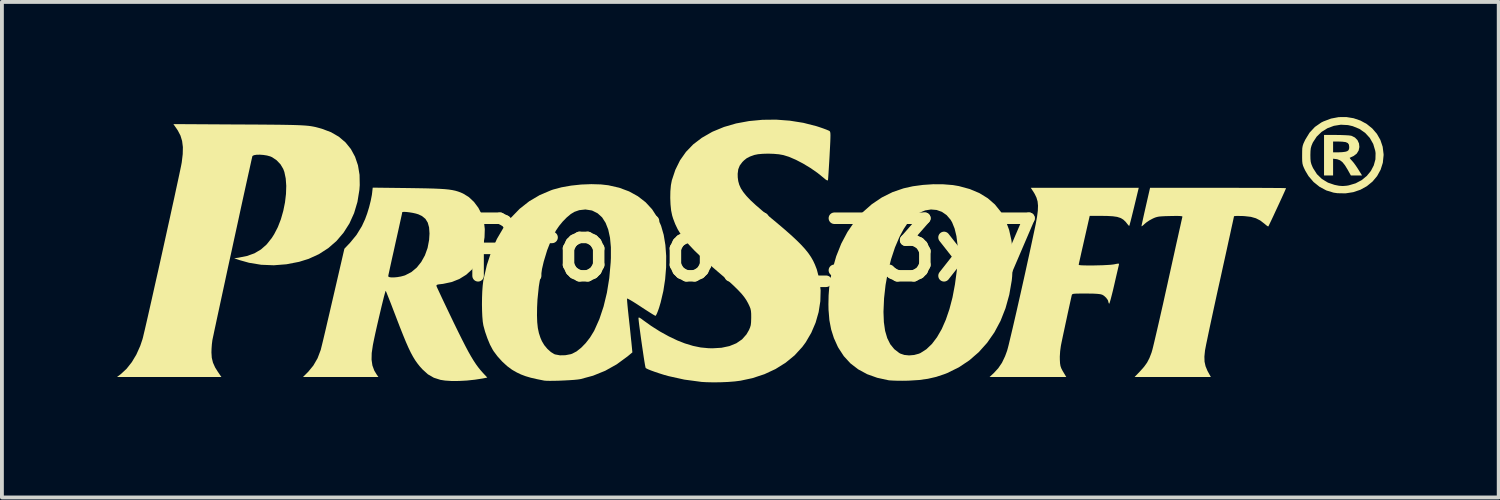
<source format=kicad_pcb>
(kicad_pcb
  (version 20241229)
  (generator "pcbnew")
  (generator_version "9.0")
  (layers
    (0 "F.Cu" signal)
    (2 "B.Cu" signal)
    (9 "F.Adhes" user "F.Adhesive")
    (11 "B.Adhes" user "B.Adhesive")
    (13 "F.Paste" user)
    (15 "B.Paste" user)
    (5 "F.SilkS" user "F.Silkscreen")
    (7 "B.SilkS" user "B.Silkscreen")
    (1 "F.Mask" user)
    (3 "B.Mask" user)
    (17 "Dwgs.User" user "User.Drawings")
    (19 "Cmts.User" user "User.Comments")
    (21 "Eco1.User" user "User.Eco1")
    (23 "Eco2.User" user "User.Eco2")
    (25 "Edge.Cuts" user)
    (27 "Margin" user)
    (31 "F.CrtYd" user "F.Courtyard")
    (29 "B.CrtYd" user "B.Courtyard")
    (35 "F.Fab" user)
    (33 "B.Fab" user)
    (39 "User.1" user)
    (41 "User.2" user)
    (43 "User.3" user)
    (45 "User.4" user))
  (footprint "ProSoft_33x7"
    (layer "F.Cu")
    (at 16.516 3.459)
    (property "Reference" "ProSoft_33x7" (at 0 0 0) (layer "F.SilkS") (effects (font (size 1.5 1.5) (thickness 0.3))))
    (attr exclude_from_pos_files exclude_from_bom allow_missing_courtyard)
    (fp_rect (start -0.1 -0.1) (end 0.1 0.1) (stroke (width 0.15) (type default)) (fill no) (layer "F.SilkS"))
    (fp_poly (pts (xy 15.256 -2.992) (xy 15.376 -2.99) (xy 15.486 -2.986) (xy 15.577 -2.981) (xy 15.638 -2.973) (xy 15.65 -2.971) (xy 15.744 -2.925) (xy 15.811 -2.856) (xy 15.85 -2.77) (xy 15.86 -2.678) (xy 15.841 -2.587) (xy 15.791 -2.506) (xy 15.71 -2.444) (xy 15.698 -2.438) (xy 15.645 -2.414) (xy 15.612 -2.398) (xy 15.608 -2.396) (xy 15.616 -2.378) (xy 15.647 -2.341) (xy 15.667 -2.32) (xy 15.712 -2.267) (xy 15.767 -2.192) (xy 15.822 -2.109) (xy 15.832 -2.093) (xy 15.929 -1.937) (xy 15.783 -1.937) (xy 15.638 -1.937) (xy 15.554 -2.088) (xy 15.484 -2.202) (xy 15.42 -2.282) (xy 15.357 -2.331) (xy 15.289 -2.357) (xy 15.264 -2.362) (xy 15.175 -2.373) (xy 15.175 -2.155) (xy 15.175 -1.937) (xy 15.057 -1.937) (xy 14.939 -1.937) (xy 14.939 -2.465) (xy 14.939 -2.82) (xy 15.175 -2.82) (xy 15.175 -2.68) (xy 15.175 -2.54) (xy 15.331 -2.54) (xy 15.417 -2.544) (xy 15.493 -2.554) (xy 15.541 -2.568) (xy 15.541 -2.568) (xy 15.578 -2.596) (xy 15.593 -2.639) (xy 15.595 -2.68) (xy 15.587 -2.74) (xy 15.558 -2.781) (xy 15.502 -2.806) (xy 15.413 -2.817) (xy 15.331 -2.82) (xy 15.175 -2.82) (xy 14.939 -2.82) (xy 14.939 -2.992)) (stroke (width 0) (type solid)) (fill yes) (layer "F.SilkS"))
    (fp_poly (pts (xy 15.709 -3.428) (xy 15.888 -3.367) (xy 16.051 -3.278) (xy 16.195 -3.162) (xy 16.315 -3.023) (xy 16.407 -2.863) (xy 16.467 -2.684) (xy 16.491 -2.488) (xy 16.491 -2.465) (xy 16.471 -2.267) (xy 16.413 -2.085) (xy 16.322 -1.92) (xy 16.202 -1.777) (xy 16.055 -1.657) (xy 15.887 -1.564) (xy 15.7 -1.501) (xy 15.499 -1.47) (xy 15.288 -1.474) (xy 15.186 -1.489) (xy 14.999 -1.546) (xy 14.823 -1.64) (xy 14.666 -1.766) (xy 14.534 -1.92) (xy 14.451 -2.059) (xy 14.415 -2.134) (xy 14.391 -2.192) (xy 14.377 -2.247) (xy 14.37 -2.311) (xy 14.368 -2.397) (xy 14.368 -2.464) (xy 14.583 -2.464) (xy 14.585 -2.366) (xy 14.592 -2.294) (xy 14.608 -2.232) (xy 14.635 -2.166) (xy 14.654 -2.126) (xy 14.754 -1.97) (xy 14.884 -1.844) (xy 15.042 -1.749) (xy 15.213 -1.691) (xy 15.329 -1.668) (xy 15.426 -1.661) (xy 15.528 -1.669) (xy 15.585 -1.679) (xy 15.761 -1.731) (xy 15.918 -1.814) (xy 16.052 -1.923) (xy 16.159 -2.053) (xy 16.235 -2.199) (xy 16.278 -2.356) (xy 16.282 -2.519) (xy 16.274 -2.577) (xy 16.221 -2.757) (xy 16.132 -2.914) (xy 16.011 -3.046) (xy 15.861 -3.15) (xy 15.686 -3.221) (xy 15.563 -3.249) (xy 15.377 -3.259) (xy 15.196 -3.23) (xy 15.027 -3.167) (xy 14.875 -3.072) (xy 14.748 -2.949) (xy 14.65 -2.8) (xy 14.641 -2.782) (xy 14.612 -2.712) (xy 14.594 -2.648) (xy 14.586 -2.574) (xy 14.583 -2.474) (xy 14.583 -2.464) (xy 14.368 -2.464) (xy 14.368 -2.465) (xy 14.369 -2.571) (xy 14.372 -2.646) (xy 14.382 -2.705) (xy 14.399 -2.76) (xy 14.428 -2.823) (xy 14.451 -2.871) (xy 14.562 -3.052) (xy 14.701 -3.201) (xy 14.868 -3.317) (xy 14.922 -3.344) (xy 15.121 -3.419) (xy 15.322 -3.457) (xy 15.519 -3.459)) (stroke (width 0) (type solid)) (fill yes) (layer "F.SilkS"))
    (fp_poly (pts (xy 5.019 -1.706) (xy 5.267 -1.686) (xy 5.424 -1.659) (xy 5.707 -1.582) (xy 5.957 -1.477) (xy 6.175 -1.343) (xy 6.361 -1.181) (xy 6.516 -0.989) (xy 6.639 -0.768) (xy 6.732 -0.517) (xy 6.792 -0.248) (xy 6.806 -0.127) (xy 6.816 0.024) (xy 6.822 0.194) (xy 6.823 0.371) (xy 6.819 0.543) (xy 6.811 0.698) (xy 6.801 0.797) (xy 6.736 1.172) (xy 6.638 1.524) (xy 6.509 1.852) (xy 6.348 2.153) (xy 6.158 2.426) (xy 5.939 2.67) (xy 5.693 2.883) (xy 5.421 3.064) (xy 5.123 3.211) (xy 5.038 3.244) (xy 4.83 3.313) (xy 4.617 3.362) (xy 4.388 3.394) (xy 4.132 3.41) (xy 4.079 3.412) (xy 3.947 3.414) (xy 3.819 3.413) (xy 3.707 3.409) (xy 3.621 3.404) (xy 3.586 3.4) (xy 3.294 3.336) (xy 3.031 3.242) (xy 2.799 3.116) (xy 2.596 2.96) (xy 2.424 2.772) (xy 2.282 2.554) (xy 2.263 2.518) (xy 2.165 2.3) (xy 2.094 2.076) (xy 2.048 1.836) (xy 2.031 1.625) (xy 3.458 1.625) (xy 3.468 1.886) (xy 3.5 2.112) (xy 3.556 2.303) (xy 3.635 2.462) (xy 3.739 2.59) (xy 3.867 2.689) (xy 3.9 2.707) (xy 4.002 2.741) (xy 4.125 2.753) (xy 4.256 2.742) (xy 4.379 2.709) (xy 4.42 2.692) (xy 4.575 2.593) (xy 4.72 2.455) (xy 4.853 2.279) (xy 4.975 2.068) (xy 5.083 1.822) (xy 5.177 1.546) (xy 5.257 1.24) (xy 5.32 0.906) (xy 5.368 0.548) (xy 5.383 0.381) (xy 5.395 0.115) (xy 5.387 -0.132) (xy 5.359 -0.356) (xy 5.312 -0.551) (xy 5.247 -0.713) (xy 5.207 -0.782) (xy 5.104 -0.902) (xy 4.981 -0.988) (xy 4.843 -1.037) (xy 4.696 -1.05) (xy 4.546 -1.026) (xy 4.397 -0.965) (xy 4.266 -0.875) (xy 4.163 -0.779) (xy 4.072 -0.672) (xy 3.986 -0.543) (xy 3.9 -0.385) (xy 3.874 -0.334) (xy 3.757 -0.06) (xy 3.656 0.246) (xy 3.574 0.574) (xy 3.512 0.917) (xy 3.473 1.265) (xy 3.458 1.61) (xy 3.458 1.625) (xy 2.031 1.625) (xy 2.026 1.572) (xy 2.023 1.42) (xy 2.028 1.187) (xy 2.044 0.978) (xy 2.073 0.775) (xy 2.116 0.561) (xy 2.124 0.527) (xy 2.226 0.17) (xy 2.358 -0.161) (xy 2.519 -0.464) (xy 2.706 -0.737) (xy 2.918 -0.979) (xy 3.155 -1.188) (xy 3.415 -1.363) (xy 3.696 -1.503) (xy 3.982 -1.601) (xy 4.224 -1.655) (xy 4.486 -1.69) (xy 4.755 -1.708)) (stroke (width 0) (type solid)) (fill yes) (layer "F.SilkS"))
    (fp_poly (pts (xy 12.449 -1.614) (xy 12.708 -1.614) (xy 12.951 -1.613) (xy 13.176 -1.613) (xy 13.378 -1.612) (xy 13.554 -1.611) (xy 13.702 -1.61) (xy 13.818 -1.609) (xy 13.899 -1.607) (xy 13.942 -1.606) (xy 13.948 -1.605) (xy 13.94 -1.583) (xy 13.916 -1.528) (xy 13.88 -1.448) (xy 13.834 -1.347) (xy 13.782 -1.234) (xy 13.726 -1.113) (xy 13.67 -0.993) (xy 13.617 -0.878) (xy 13.569 -0.776) (xy 13.529 -0.693) (xy 13.501 -0.635) (xy 13.488 -0.609) (xy 13.487 -0.608) (xy 13.467 -0.615) (xy 13.425 -0.645) (xy 13.387 -0.678) (xy 13.278 -0.762) (xy 13.163 -0.821) (xy 13.032 -0.858) (xy 12.873 -0.876) (xy 12.824 -0.879) (xy 12.73 -0.881) (xy 12.654 -0.881) (xy 12.606 -0.877) (xy 12.592 -0.873) (xy 12.588 -0.85) (xy 12.575 -0.789) (xy 12.554 -0.692) (xy 12.525 -0.562) (xy 12.491 -0.403) (xy 12.45 -0.219) (xy 12.405 -0.011) (xy 12.355 0.216) (xy 12.301 0.459) (xy 12.245 0.716) (xy 12.228 0.792) (xy 12.169 1.057) (xy 12.113 1.313) (xy 12.06 1.557) (xy 12.011 1.785) (xy 11.966 1.994) (xy 11.927 2.179) (xy 11.894 2.338) (xy 11.867 2.466) (xy 11.849 2.561) (xy 11.838 2.617) (xy 11.837 2.623) (xy 11.821 2.784) (xy 11.825 2.917) (xy 11.851 3.035) (xy 11.899 3.151) (xy 11.912 3.176) (xy 11.989 3.315) (xy 10.996 3.315) (xy 10.002 3.315) (xy 10.142 3.17) (xy 10.248 3.051) (xy 10.327 2.941) (xy 10.389 2.822) (xy 10.444 2.679) (xy 10.45 2.658) (xy 10.464 2.61) (xy 10.486 2.523) (xy 10.515 2.402) (xy 10.551 2.249) (xy 10.593 2.069) (xy 10.64 1.865) (xy 10.691 1.64) (xy 10.746 1.399) (xy 10.802 1.145) (xy 10.861 0.881) (xy 10.872 0.829) (xy 10.93 0.568) (xy 10.985 0.319) (xy 11.037 0.085) (xy 11.084 -0.13) (xy 11.128 -0.324) (xy 11.165 -0.492) (xy 11.197 -0.633) (xy 11.221 -0.743) (xy 11.238 -0.817) (xy 11.247 -0.854) (xy 11.248 -0.858) (xy 11.245 -0.869) (xy 11.222 -0.876) (xy 11.175 -0.88) (xy 11.097 -0.882) (xy 10.984 -0.88) (xy 10.93 -0.879) (xy 10.801 -0.876) (xy 10.707 -0.871) (xy 10.637 -0.865) (xy 10.583 -0.854) (xy 10.535 -0.839) (xy 10.484 -0.817) (xy 10.472 -0.811) (xy 10.388 -0.766) (xy 10.307 -0.711) (xy 10.262 -0.673) (xy 10.218 -0.633) (xy 10.188 -0.613) (xy 10.182 -0.614) (xy 10.186 -0.64) (xy 10.199 -0.702) (xy 10.219 -0.794) (xy 10.244 -0.909) (xy 10.274 -1.041) (xy 10.293 -1.125) (xy 10.405 -1.614) (xy 12.177 -1.614)) (stroke (width 0) (type solid)) (fill yes) (layer "F.SilkS"))
    (fp_poly (pts (xy 9.992 -1.125) (xy 9.958 -0.986) (xy 9.927 -0.861) (xy 9.901 -0.757) (xy 9.88 -0.679) (xy 9.868 -0.634) (xy 9.864 -0.624) (xy 9.847 -0.631) (xy 9.825 -0.657) (xy 9.766 -0.731) (xy 9.705 -0.788) (xy 9.634 -0.829) (xy 9.546 -0.857) (xy 9.434 -0.873) (xy 9.292 -0.881) (xy 9.159 -0.883) (xy 8.832 -0.883) (xy 8.689 -0.253) (xy 8.653 -0.094) (xy 8.62 0.051) (xy 8.592 0.177) (xy 8.569 0.279) (xy 8.553 0.351) (xy 8.546 0.389) (xy 8.545 0.393) (xy 8.566 0.4) (xy 8.622 0.405) (xy 8.706 0.408) (xy 8.81 0.409) (xy 8.927 0.409) (xy 9.05 0.406) (xy 9.171 0.403) (xy 9.283 0.397) (xy 9.378 0.391) (xy 9.448 0.383) (xy 9.467 0.38) (xy 9.541 0.365) (xy 9.58 0.36) (xy 9.595 0.367) (xy 9.594 0.386) (xy 9.592 0.396) (xy 9.584 0.429) (xy 9.568 0.498) (xy 9.545 0.596) (xy 9.517 0.716) (xy 9.486 0.851) (xy 9.468 0.93) (xy 9.436 1.067) (xy 9.405 1.189) (xy 9.379 1.289) (xy 9.358 1.362) (xy 9.343 1.402) (xy 9.338 1.408) (xy 9.322 1.379) (xy 9.321 1.364) (xy 9.304 1.31) (xy 9.26 1.25) (xy 9.203 1.198) (xy 9.157 1.171) (xy 9.109 1.158) (xy 9.034 1.149) (xy 8.926 1.143) (xy 8.782 1.141) (xy 8.73 1.141) (xy 8.599 1.141) (xy 8.504 1.142) (xy 8.44 1.145) (xy 8.401 1.15) (xy 8.379 1.159) (xy 8.368 1.172) (xy 8.363 1.189) (xy 8.347 1.261) (xy 8.324 1.365) (xy 8.296 1.493) (xy 8.264 1.638) (xy 8.231 1.793) (xy 8.197 1.95) (xy 8.165 2.101) (xy 8.135 2.24) (xy 8.11 2.36) (xy 8.091 2.451) (xy 8.08 2.508) (xy 8.062 2.641) (xy 8.053 2.785) (xy 8.054 2.864) (xy 8.059 2.959) (xy 8.07 3.028) (xy 8.09 3.086) (xy 8.123 3.151) (xy 8.141 3.181) (xy 8.221 3.315) (xy 7.222 3.315) (xy 6.223 3.315) (xy 6.333 3.213) (xy 6.449 3.087) (xy 6.546 2.944) (xy 6.627 2.774) (xy 6.679 2.633) (xy 6.694 2.579) (xy 6.718 2.488) (xy 6.748 2.362) (xy 6.785 2.207) (xy 6.828 2.026) (xy 6.875 1.823) (xy 6.926 1.602) (xy 6.979 1.368) (xy 7.034 1.125) (xy 7.09 0.875) (xy 7.146 0.625) (xy 7.2 0.377) (xy 7.253 0.136) (xy 7.303 -0.095) (xy 7.349 -0.31) (xy 7.391 -0.507) (xy 7.425 -0.669) (xy 7.46 -0.86) (xy 7.48 -1.017) (xy 7.485 -1.148) (xy 7.474 -1.26) (xy 7.445 -1.359) (xy 7.4 -1.453) (xy 7.371 -1.501) (xy 7.297 -1.614) (xy 8.703 -1.614) (xy 10.11 -1.614)) (stroke (width 0) (type solid)) (fill yes) (layer "F.SilkS"))
    (fp_poly (pts (xy -13.341 -3.265) (xy -13.02 -3.264) (xy -12.738 -3.262) (xy -12.494 -3.26) (xy -12.282 -3.258) (xy -12.101 -3.255) (xy -11.947 -3.252) (xy -11.816 -3.248) (xy -11.705 -3.243) (xy -11.611 -3.237) (xy -11.531 -3.23) (xy -11.462 -3.221) (xy -11.4 -3.21) (xy -11.342 -3.198) (xy -11.285 -3.183) (xy -11.226 -3.167) (xy -11.174 -3.152) (xy -10.94 -3.064) (xy -10.736 -2.946) (xy -10.563 -2.799) (xy -10.422 -2.625) (xy -10.313 -2.424) (xy -10.237 -2.2) (xy -10.196 -1.953) (xy -10.191 -1.686) (xy -10.2 -1.561) (xy -10.251 -1.247) (xy -10.338 -0.955) (xy -10.459 -0.687) (xy -10.613 -0.445) (xy -10.797 -0.229) (xy -11.012 -0.042) (xy -11.254 0.114) (xy -11.523 0.237) (xy -11.77 0.314) (xy -12.1 0.378) (xy -12.431 0.404) (xy -12.759 0.391) (xy -13.076 0.339) (xy -13.315 0.272) (xy -13.464 0.222) (xy -13.357 0.207) (xy -13.129 0.162) (xy -12.934 0.092) (xy -12.765 -0.008) (xy -12.616 -0.14) (xy -12.482 -0.309) (xy -12.42 -0.407) (xy -12.325 -0.591) (xy -12.246 -0.795) (xy -12.184 -1.012) (xy -12.139 -1.234) (xy -12.113 -1.454) (xy -12.106 -1.665) (xy -12.12 -1.858) (xy -12.155 -2.026) (xy -12.185 -2.107) (xy -12.257 -2.228) (xy -12.358 -2.333) (xy -12.475 -2.412) (xy -12.523 -2.433) (xy -12.606 -2.456) (xy -12.7 -2.471) (xy -12.795 -2.478) (xy -12.881 -2.476) (xy -12.947 -2.465) (xy -12.985 -2.445) (xy -12.989 -2.438) (xy -12.996 -2.408) (xy -13.012 -2.339) (xy -13.035 -2.235) (xy -13.065 -2.098) (xy -13.102 -1.933) (xy -13.144 -1.742) (xy -13.191 -1.529) (xy -13.242 -1.297) (xy -13.296 -1.049) (xy -13.352 -0.789) (xy -13.411 -0.519) (xy -13.471 -0.244) (xy -13.531 0.034) (xy -13.592 0.311) (xy -13.651 0.583) (xy -13.708 0.849) (xy -13.763 1.103) (xy -13.815 1.344) (xy -13.863 1.567) (xy -13.907 1.77) (xy -13.945 1.949) (xy -13.978 2.101) (xy -14.003 2.222) (xy -14.022 2.309) (xy -14.032 2.359) (xy -14.033 2.368) (xy -14.045 2.464) (xy -14.053 2.578) (xy -14.056 2.674) (xy -14.047 2.815) (xy -14.016 2.942) (xy -13.96 3.067) (xy -13.886 3.185) (xy -13.797 3.315) (xy -15.157 3.315) (xy -16.516 3.315) (xy -16.415 3.238) (xy -16.268 3.102) (xy -16.132 2.93) (xy -16.012 2.73) (xy -15.912 2.507) (xy -15.854 2.335) (xy -15.84 2.284) (xy -15.819 2.194) (xy -15.789 2.069) (xy -15.753 1.913) (xy -15.711 1.73) (xy -15.664 1.522) (xy -15.612 1.293) (xy -15.557 1.047) (xy -15.499 0.788) (xy -15.438 0.519) (xy -15.377 0.244) (xy -15.315 -0.035) (xy -15.254 -0.312) (xy -15.194 -0.585) (xy -15.135 -0.85) (xy -15.08 -1.104) (xy -15.027 -1.343) (xy -14.98 -1.563) (xy -14.937 -1.761) (xy -14.9 -1.933) (xy -14.87 -2.075) (xy -14.847 -2.185) (xy -14.833 -2.259) (xy -14.829 -2.282) (xy -14.804 -2.494) (xy -14.8 -2.676) (xy -14.82 -2.834) (xy -14.863 -2.976) (xy -14.932 -3.108) (xy -14.962 -3.153) (xy -15.047 -3.275)) (stroke (width 0) (type solid)) (fill yes) (layer "F.SilkS"))
    (fp_poly (pts (xy -3.907 -1.703) (xy -3.713 -1.681) (xy -3.43 -1.617) (xy -3.172 -1.521) (xy -2.943 -1.395) (xy -2.742 -1.239) (xy -2.572 -1.055) (xy -2.435 -0.843) (xy -2.338 -0.626) (xy -2.27 -0.39) (xy -2.226 -0.125) (xy -2.205 0.161) (xy -2.207 0.461) (xy -2.232 0.768) (xy -2.279 1.074) (xy -2.349 1.372) (xy -2.391 1.514) (xy -2.422 1.601) (xy -2.45 1.67) (xy -2.473 1.712) (xy -2.483 1.722) (xy -2.508 1.71) (xy -2.563 1.678) (xy -2.641 1.629) (xy -2.738 1.567) (xy -2.847 1.496) (xy -2.863 1.485) (xy -2.972 1.414) (xy -3.067 1.354) (xy -3.145 1.308) (xy -3.199 1.279) (xy -3.224 1.27) (xy -3.225 1.271) (xy -3.225 1.298) (xy -3.221 1.361) (xy -3.213 1.452) (xy -3.202 1.566) (xy -3.188 1.695) (xy -3.187 1.706) (xy -3.17 1.86) (xy -3.152 2.022) (xy -3.136 2.179) (xy -3.122 2.318) (xy -3.113 2.397) (xy -3.086 2.674) (xy -3.212 2.779) (xy -3.493 2.985) (xy -3.793 3.153) (xy -4.111 3.282) (xy -4.442 3.371) (xy -4.51 3.381) (xy -4.609 3.391) (xy -4.73 3.399) (xy -4.862 3.406) (xy -4.997 3.412) (xy -5.126 3.415) (xy -5.24 3.416) (xy -5.328 3.414) (xy -5.381 3.41) (xy -5.576 3.371) (xy -5.736 3.334) (xy -5.871 3.294) (xy -5.988 3.25) (xy -6.097 3.198) (xy -6.206 3.136) (xy -6.228 3.122) (xy -6.352 3.03) (xy -6.481 2.911) (xy -6.601 2.778) (xy -6.702 2.643) (xy -6.724 2.608) (xy -6.795 2.475) (xy -6.863 2.312) (xy -6.924 2.137) (xy -6.969 1.972) (xy -6.985 1.874) (xy -6.996 1.744) (xy -6.998 1.709) (xy -5.572 1.709) (xy -5.566 1.887) (xy -5.55 2.039) (xy -5.522 2.172) (xy -5.482 2.294) (xy -5.444 2.382) (xy -5.382 2.486) (xy -5.3 2.584) (xy -5.21 2.665) (xy -5.122 2.719) (xy -5.098 2.728) (xy -4.973 2.751) (xy -4.833 2.748) (xy -4.695 2.722) (xy -4.656 2.709) (xy -4.541 2.649) (xy -4.421 2.554) (xy -4.302 2.432) (xy -4.19 2.288) (xy -4.093 2.13) (xy -4.076 2.099) (xy -3.945 1.805) (xy -3.836 1.477) (xy -3.75 1.121) (xy -3.688 0.739) (xy -3.652 0.336) (xy -3.646 0.215) (xy -3.646 -0.066) (xy -3.669 -0.313) (xy -3.715 -0.526) (xy -3.784 -0.702) (xy -3.875 -0.844) (xy -3.99 -0.949) (xy -4.126 -1.018) (xy -4.152 -1.026) (xy -4.311 -1.05) (xy -4.471 -1.032) (xy -4.597 -0.988) (xy -4.691 -0.931) (xy -4.795 -0.844) (xy -4.9 -0.737) (xy -4.997 -0.619) (xy -5.078 -0.5) (xy -5.081 -0.495) (xy -5.2 -0.26) (xy -5.306 0.01) (xy -5.396 0.307) (xy -5.47 0.625) (xy -5.524 0.956) (xy -5.559 1.295) (xy -5.569 1.497) (xy -5.572 1.709) (xy -6.998 1.709) (xy -7.003 1.59) (xy -7.006 1.423) (xy -7.004 1.252) (xy -6.998 1.087) (xy -6.987 0.937) (xy -6.972 0.813) (xy -6.967 0.786) (xy -6.879 0.4) (xy -6.762 0.045) (xy -6.617 -0.281) (xy -6.445 -0.575) (xy -6.247 -0.838) (xy -6.023 -1.068) (xy -5.774 -1.264) (xy -5.501 -1.425) (xy -5.204 -1.551) (xy -5.153 -1.569) (xy -4.932 -1.628) (xy -4.683 -1.672) (xy -4.42 -1.7) (xy -4.157 -1.71)) (stroke (width 0) (type solid)) (fill yes) (layer "F.SilkS"))
    (fp_poly (pts (xy -8.925 -1.608) (xy -8.666 -1.604) (xy -8.446 -1.6) (xy -8.261 -1.595) (xy -8.105 -1.588) (xy -7.975 -1.58) (xy -7.867 -1.569) (xy -7.776 -1.555) (xy -7.697 -1.538) (xy -7.627 -1.517) (xy -7.561 -1.493) (xy -7.496 -1.464) (xy -7.347 -1.372) (xy -7.213 -1.246) (xy -7.099 -1.093) (xy -7.011 -0.921) (xy -6.955 -0.736) (xy -6.955 -0.736) (xy -6.932 -0.539) (xy -6.939 -0.324) (xy -6.973 -0.105) (xy -7.033 0.107) (xy -7.116 0.3) (xy -7.14 0.343) (xy -7.262 0.51) (xy -7.415 0.65) (xy -7.596 0.762) (xy -7.8 0.842) (xy -8.022 0.889) (xy -8.057 0.893) (xy -8.134 0.902) (xy -8.176 0.912) (xy -8.192 0.926) (xy -8.19 0.947) (xy -8.19 0.949) (xy -8.178 0.978) (xy -8.149 1.041) (xy -8.106 1.133) (xy -8.052 1.249) (xy -7.988 1.384) (xy -7.917 1.533) (xy -7.867 1.638) (xy -7.738 1.907) (xy -7.624 2.14) (xy -7.524 2.341) (xy -7.436 2.513) (xy -7.358 2.66) (xy -7.287 2.785) (xy -7.222 2.892) (xy -7.161 2.984) (xy -7.102 3.065) (xy -7.043 3.138) (xy -6.982 3.207) (xy -6.867 3.331) (xy -6.991 3.355) (xy -7.191 3.386) (xy -7.398 3.408) (xy -7.603 3.419) (xy -7.796 3.42) (xy -7.966 3.409) (xy -8.088 3.39) (xy -8.26 3.335) (xy -8.414 3.246) (xy -8.555 3.118) (xy -8.561 3.112) (xy -8.628 3.037) (xy -8.689 2.96) (xy -8.747 2.878) (xy -8.803 2.786) (xy -8.861 2.679) (xy -8.921 2.554) (xy -8.986 2.407) (xy -9.058 2.232) (xy -9.14 2.026) (xy -9.233 1.785) (xy -9.257 1.722) (xy -9.317 1.566) (xy -9.372 1.422) (xy -9.421 1.297) (xy -9.462 1.194) (xy -9.492 1.119) (xy -9.51 1.077) (xy -9.514 1.07) (xy -9.522 1.086) (xy -9.537 1.139) (xy -9.56 1.223) (xy -9.587 1.332) (xy -9.619 1.461) (xy -9.653 1.604) (xy -9.689 1.757) (xy -9.725 1.912) (xy -9.76 2.065) (xy -9.792 2.21) (xy -9.82 2.342) (xy -9.843 2.455) (xy -9.849 2.486) (xy -9.879 2.69) (xy -9.883 2.864) (xy -9.861 3.015) (xy -9.812 3.149) (xy -9.75 3.251) (xy -9.705 3.315) (xy -10.687 3.315) (xy -11.669 3.315) (xy -11.532 3.178) (xy -11.4 3.017) (xy -11.29 2.827) (xy -11.21 2.616) (xy -11.206 2.605) (xy -11.196 2.562) (xy -11.176 2.482) (xy -11.148 2.368) (xy -11.114 2.225) (xy -11.074 2.056) (xy -11.03 1.865) (xy -10.981 1.657) (xy -10.93 1.436) (xy -10.882 1.23) (xy -10.757 0.69) (xy -9.45 0.69) (xy -9.43 0.71) (xy -9.378 0.72) (xy -9.303 0.721) (xy -9.214 0.713) (xy -9.12 0.697) (xy -9.03 0.673) (xy -9.005 0.664) (xy -8.848 0.583) (xy -8.708 0.467) (xy -8.589 0.319) (xy -8.493 0.147) (xy -8.423 -0.047) (xy -8.383 -0.257) (xy -8.373 -0.424) (xy -8.384 -0.583) (xy -8.419 -0.708) (xy -8.479 -0.805) (xy -8.569 -0.879) (xy -8.664 -0.924) (xy -8.731 -0.944) (xy -8.812 -0.962) (xy -8.898 -0.976) (xy -8.978 -0.985) (xy -9.041 -0.988) (xy -9.078 -0.983) (xy -9.084 -0.977) (xy -9.088 -0.952) (xy -9.101 -0.89) (xy -9.122 -0.796) (xy -9.149 -0.673) (xy -9.181 -0.527) (xy -9.218 -0.362) (xy -9.258 -0.184) (xy -9.267 -0.143) (xy -9.307 0.039) (xy -9.345 0.207) (xy -9.378 0.357) (xy -9.406 0.485) (xy -9.428 0.586) (xy -9.443 0.655) (xy -9.449 0.688) (xy -9.45 0.69) (xy -10.757 0.69) (xy -10.591 -0.027) (xy -10.443 -0.183) (xy -10.276 -0.386) (xy -10.136 -0.614) (xy -10.052 -0.796) (xy -9.998 -0.943) (xy -9.947 -1.109) (xy -9.905 -1.276) (xy -9.875 -1.428) (xy -9.868 -1.484) (xy -9.853 -1.619)) (stroke (width 0) (type solid)) (fill yes) (layer "F.SilkS"))
    (fp_poly (pts (xy 1.018 -3.364) (xy 1.37 -3.308) (xy 1.711 -3.221) (xy 1.788 -3.196) (xy 1.884 -3.163) (xy 1.967 -3.132) (xy 2.027 -3.107) (xy 2.052 -3.094) (xy 2.062 -3.083) (xy 2.069 -3.065) (xy 2.074 -3.035) (xy 2.076 -2.988) (xy 2.075 -2.919) (xy 2.072 -2.824) (xy 2.066 -2.698) (xy 2.057 -2.535) (xy 2.053 -2.454) (xy 2.044 -2.295) (xy 2.035 -2.149) (xy 2.027 -2.022) (xy 2.02 -1.92) (xy 2.015 -1.849) (xy 2.011 -1.814) (xy 2.011 -1.812) (xy 1.992 -1.806) (xy 1.947 -1.833) (xy 1.907 -1.867) (xy 1.74 -2.002) (xy 1.556 -2.13) (xy 1.364 -2.246) (xy 1.174 -2.345) (xy 0.995 -2.422) (xy 0.85 -2.467) (xy 0.735 -2.488) (xy 0.599 -2.5) (xy 0.454 -2.505) (xy 0.313 -2.501) (xy 0.188 -2.49) (xy 0.094 -2.471) (xy -0.02 -2.43) (xy -0.106 -2.386) (xy -0.177 -2.329) (xy -0.22 -2.286) (xy -0.288 -2.195) (xy -0.327 -2.097) (xy -0.342 -1.981) (xy -0.34 -1.886) (xy -0.327 -1.788) (xy -0.301 -1.694) (xy -0.259 -1.601) (xy -0.197 -1.505) (xy -0.114 -1.402) (xy -0.005 -1.288) (xy 0.132 -1.161) (xy 0.3 -1.016) (xy 0.431 -0.907) (xy 0.664 -0.714) (xy 0.866 -0.543) (xy 1.039 -0.391) (xy 1.185 -0.256) (xy 1.308 -0.134) (xy 1.411 -0.022) (xy 1.496 0.083) (xy 1.566 0.185) (xy 1.624 0.285) (xy 1.672 0.388) (xy 1.714 0.496) (xy 1.723 0.522) (xy 1.791 0.785) (xy 1.82 1.061) (xy 1.812 1.342) (xy 1.768 1.624) (xy 1.689 1.9) (xy 1.576 2.164) (xy 1.431 2.412) (xy 1.34 2.535) (xy 1.14 2.753) (xy 0.907 2.944) (xy 0.645 3.108) (xy 0.357 3.242) (xy 0.045 3.345) (xy -0.268 3.412) (xy -0.417 3.431) (xy -0.595 3.445) (xy -0.787 3.453) (xy -0.98 3.455) (xy -1.16 3.451) (xy -1.281 3.444) (xy -1.73 3.384) (xy -2.142 3.293) (xy -2.264 3.259) (xy -2.387 3.22) (xy -2.503 3.181) (xy -2.605 3.144) (xy -2.683 3.112) (xy -2.731 3.087) (xy -2.739 3.081) (xy -2.746 3.057) (xy -2.758 2.996) (xy -2.773 2.906) (xy -2.791 2.792) (xy -2.81 2.661) (xy -2.831 2.52) (xy -2.852 2.374) (xy -2.872 2.231) (xy -2.89 2.096) (xy -2.906 1.977) (xy -2.918 1.879) (xy -2.925 1.809) (xy -2.927 1.78) (xy -2.92 1.765) (xy -2.897 1.771) (xy -2.85 1.801) (xy -2.804 1.836) (xy -2.593 1.987) (xy -2.367 2.13) (xy -2.135 2.258) (xy -1.91 2.365) (xy -1.719 2.44) (xy -1.505 2.505) (xy -1.307 2.546) (xy -1.107 2.565) (xy -1.001 2.568) (xy -0.764 2.554) (xy -0.556 2.51) (xy -0.377 2.437) (xy -0.228 2.335) (xy -0.112 2.204) (xy -0.047 2.091) (xy -0.019 2.025) (xy -0.001 1.964) (xy 0.007 1.893) (xy 0.01 1.797) (xy 0.011 1.764) (xy 0.01 1.665) (xy 0.004 1.593) (xy -0.009 1.533) (xy -0.034 1.47) (xy -0.07 1.395) (xy -0.114 1.316) (xy -0.169 1.235) (xy -0.239 1.148) (xy -0.328 1.053) (xy -0.438 0.945) (xy -0.573 0.82) (xy -0.737 0.676) (xy -0.861 0.57) (xy -1.094 0.369) (xy -1.294 0.188) (xy -1.465 0.024) (xy -1.608 -0.127) (xy -1.727 -0.269) (xy -1.826 -0.404) (xy -1.906 -0.536) (xy -1.97 -0.67) (xy -2.023 -0.809) (xy -2.049 -0.893) (xy -2.076 -1.023) (xy -2.092 -1.18) (xy -2.099 -1.352) (xy -2.096 -1.523) (xy -2.082 -1.681) (xy -2.058 -1.808) (xy -1.966 -2.084) (xy -1.844 -2.331) (xy -1.689 -2.551) (xy -1.501 -2.746) (xy -1.277 -2.917) (xy -1.016 -3.067) (xy -0.99 -3.08) (xy -0.699 -3.2) (xy -0.383 -3.292) (xy -0.046 -3.354) (xy 0.304 -3.387) (xy 0.661 -3.391)) (stroke (width 0) (type solid)) (fill yes) (layer "F.SilkS")))
  (gr_rect
    (start -3 -3)
    (end 36.007 9.914)
    (stroke (width 0.1) (type default))
    (fill no)
    (layer "Edge.Cuts")))
</source>
